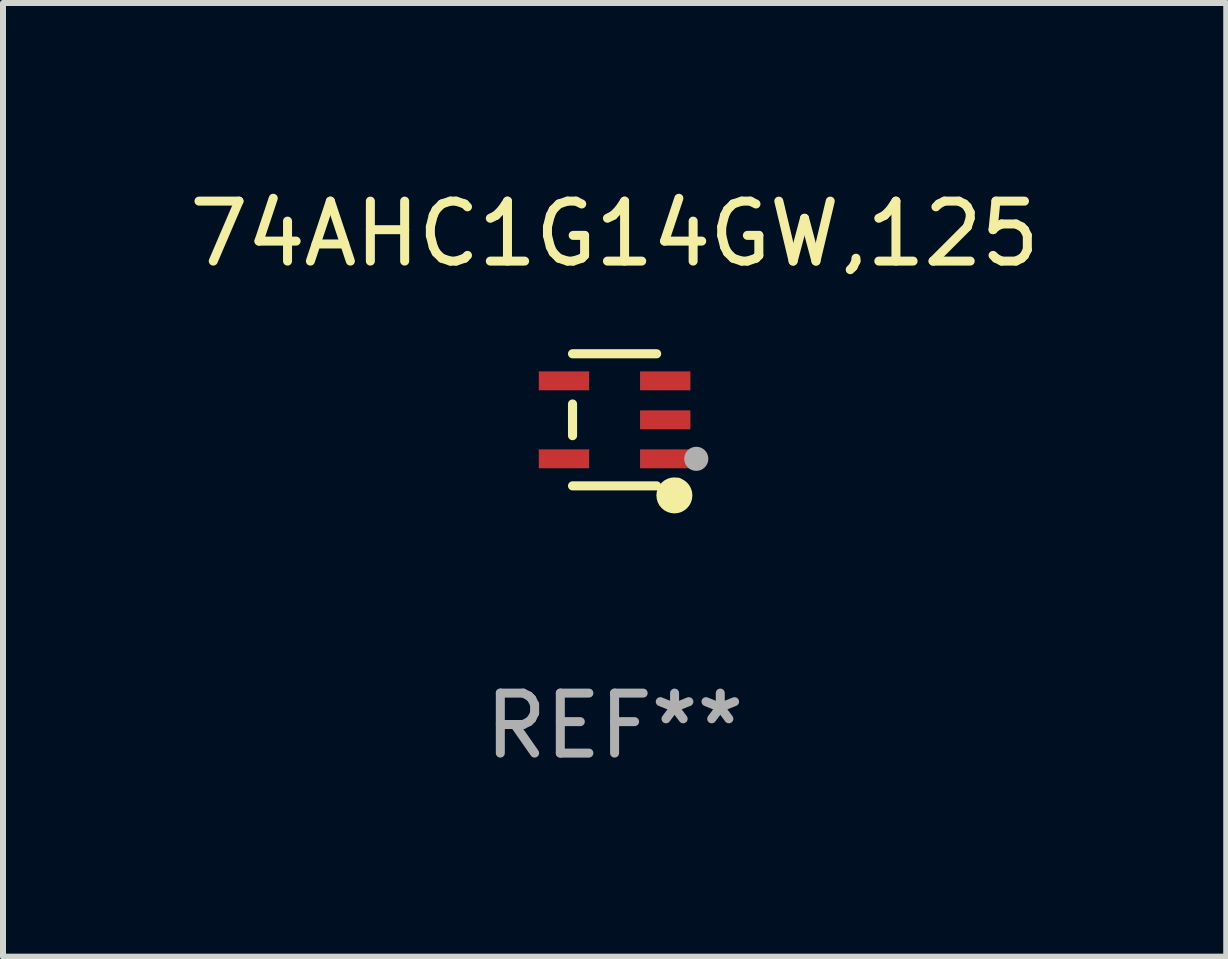
<source format=kicad_pcb>
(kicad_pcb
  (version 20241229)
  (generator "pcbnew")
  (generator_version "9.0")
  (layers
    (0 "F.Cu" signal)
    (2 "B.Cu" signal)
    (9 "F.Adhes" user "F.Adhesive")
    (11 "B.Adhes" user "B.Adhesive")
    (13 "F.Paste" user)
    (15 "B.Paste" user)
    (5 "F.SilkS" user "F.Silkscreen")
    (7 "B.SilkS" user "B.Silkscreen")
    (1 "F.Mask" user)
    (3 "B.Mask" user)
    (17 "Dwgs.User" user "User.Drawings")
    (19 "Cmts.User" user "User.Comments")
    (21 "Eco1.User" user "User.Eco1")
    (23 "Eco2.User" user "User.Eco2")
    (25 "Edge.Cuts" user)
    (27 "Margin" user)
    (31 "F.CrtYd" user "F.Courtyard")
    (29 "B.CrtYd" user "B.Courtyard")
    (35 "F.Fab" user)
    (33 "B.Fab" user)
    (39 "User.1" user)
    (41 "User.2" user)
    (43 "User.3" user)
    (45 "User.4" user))
  (footprint "74AHC1G14GW,125"
    (layer "F.Cu")
    (at 7.196 3.949)
    (property "Reference" "74AHC1G14GW,125" (at 0 -3.101 0) (layer "F.SilkS") (effects (font (size 1 1) (thickness 0.15))))
    (attr through_hole)
    (fp_line (start -0.701 -0.264) (end -0.701 0.264) (stroke (width 0.152) (type solid)) (layer "F.SilkS"))
    (fp_line (start 0.701 -1.101) (end -0.701 -1.101) (stroke (width 0.152) (type solid)) (layer "F.SilkS"))
    (fp_line (start 0.701 1.101) (end -0.701 1.101) (stroke (width 0.152) (type solid)) (layer "F.SilkS"))
    (fp_circle (center 0.997 1.26) (end 1.147 1.26) (stroke (width 0.3) (type solid)) (fill no) (layer "F.SilkS"))
    (fp_circle (center 1.063 1.025) (end 1.093 1.025) (stroke (width 0.06) (type solid)) (fill no) (layer "F.SilkS"))
    (fp_circle (center 1.362 0.65) (end 1.463 0.65) (stroke (width 0.2) (type solid)) (fill no) (layer "F.Fab"))
    (fp_text user "REF**" (at 0 5.101 0) (layer "F.Fab") (effects (font (size 1 1) (thickness 0.15))))
    (pad "1" smd rect (at 0.844 0.65) (size 0.839 0.315) (layers "F.Cu" "F.Mask" "F.Paste"))
    (pad "2" smd rect (at 0.844 0) (size 0.839 0.315) (layers "F.Cu" "F.Mask" "F.Paste"))
    (pad "3" smd rect (at 0.844 -0.65) (size 0.839 0.315) (layers "F.Cu" "F.Mask" "F.Paste"))
    (pad "4" smd rect (at -0.844 -0.65) (size 0.839 0.315) (layers "F.Cu" "F.Mask" "F.Paste"))
    (pad "5" smd rect (at -0.844 0.65) (size 0.839 0.315) (layers "F.Cu" "F.Mask" "F.Paste")))
  (gr_rect
    (start -3 -3)
    (end 17.393 12.899)
    (stroke (width 0.1) (type default))
    (fill no)
    (layer "Edge.Cuts")))
</source>
